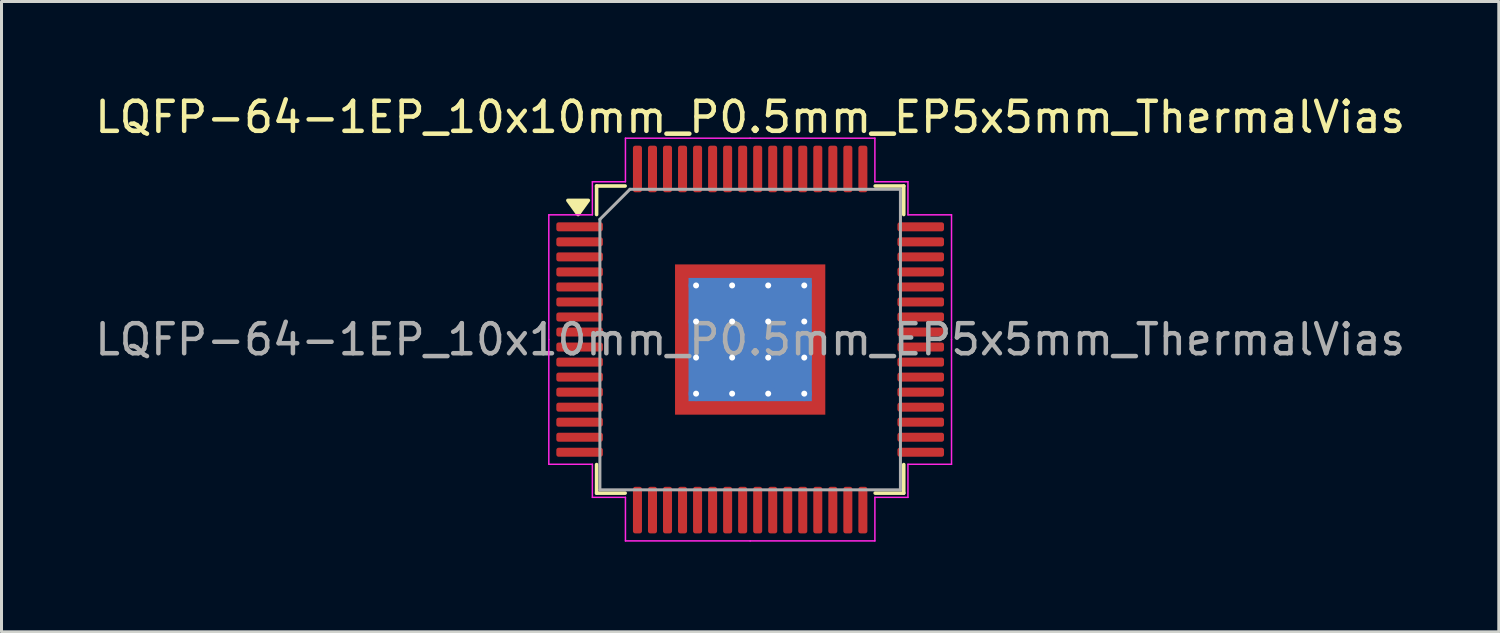
<source format=kicad_pcb>
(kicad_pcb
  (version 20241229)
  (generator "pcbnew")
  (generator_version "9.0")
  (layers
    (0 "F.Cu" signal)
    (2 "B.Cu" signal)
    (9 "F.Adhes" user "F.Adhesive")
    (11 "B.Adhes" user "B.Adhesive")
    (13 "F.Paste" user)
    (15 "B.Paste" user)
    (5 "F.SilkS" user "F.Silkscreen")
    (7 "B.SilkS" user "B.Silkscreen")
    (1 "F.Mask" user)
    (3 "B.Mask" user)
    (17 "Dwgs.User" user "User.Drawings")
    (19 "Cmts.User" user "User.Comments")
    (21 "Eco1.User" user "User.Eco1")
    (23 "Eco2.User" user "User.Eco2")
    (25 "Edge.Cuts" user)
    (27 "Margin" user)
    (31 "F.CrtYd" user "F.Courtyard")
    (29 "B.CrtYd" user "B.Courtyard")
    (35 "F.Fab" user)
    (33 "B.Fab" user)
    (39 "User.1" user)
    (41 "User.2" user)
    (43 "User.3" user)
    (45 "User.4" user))
  (footprint "LQFP-64-1EP_10x10mm_P0.5mm_EP5x5mm_ThermalVias"
    (layer "F.Cu")
    (at 21.911 8.248)
    (property "Reference" "LQFP-64-1EP_10x10mm_P0.5mm_EP5x5mm_ThermalVias" (at 0 -7.4 0) (layer "F.SilkS") (effects (font (size 1 1) (thickness 0.15))))
    (attr smd)
    (fp_line (start -5.11 -5.11) (end -5.11 -4.16) (stroke (width 0.12) (type solid)) (layer "F.SilkS"))
    (fp_line (start -5.11 5.11) (end -5.11 4.16) (stroke (width 0.12) (type solid)) (layer "F.SilkS"))
    (fp_line (start -4.16 -5.11) (end -5.11 -5.11) (stroke (width 0.12) (type solid)) (layer "F.SilkS"))
    (fp_line (start -4.16 5.11) (end -5.11 5.11) (stroke (width 0.12) (type solid)) (layer "F.SilkS"))
    (fp_line (start 4.16 -5.11) (end 5.11 -5.11) (stroke (width 0.12) (type solid)) (layer "F.SilkS"))
    (fp_line (start 4.16 5.11) (end 5.11 5.11) (stroke (width 0.12) (type solid)) (layer "F.SilkS"))
    (fp_line (start 5.11 -5.11) (end 5.11 -4.16) (stroke (width 0.12) (type solid)) (layer "F.SilkS"))
    (fp_line (start 5.11 5.11) (end 5.11 4.16) (stroke (width 0.12) (type solid)) (layer "F.SilkS"))
    (fp_poly (pts (xy -5.725 -4.16) (xy -6.065 -4.63) (xy -5.385 -4.63) (xy -5.725 -4.16)) (stroke (width 0.12) (type solid)) (fill yes) (layer "F.SilkS"))
    (fp_line (start -6.7 -4.15) (end -6.7 0) (stroke (width 0.05) (type solid)) (layer "F.CrtYd"))
    (fp_line (start -6.7 4.15) (end -6.7 0) (stroke (width 0.05) (type solid)) (layer "F.CrtYd"))
    (fp_line (start -5.25 -5.25) (end -5.25 -4.15) (stroke (width 0.05) (type solid)) (layer "F.CrtYd"))
    (fp_line (start -5.25 -4.15) (end -6.7 -4.15) (stroke (width 0.05) (type solid)) (layer "F.CrtYd"))
    (fp_line (start -5.25 4.15) (end -6.7 4.15) (stroke (width 0.05) (type solid)) (layer "F.CrtYd"))
    (fp_line (start -5.25 5.25) (end -5.25 4.15) (stroke (width 0.05) (type solid)) (layer "F.CrtYd"))
    (fp_line (start -4.15 -6.7) (end -4.15 -5.25) (stroke (width 0.05) (type solid)) (layer "F.CrtYd"))
    (fp_line (start -4.15 -5.25) (end -5.25 -5.25) (stroke (width 0.05) (type solid)) (layer "F.CrtYd"))
    (fp_line (start -4.15 5.25) (end -5.25 5.25) (stroke (width 0.05) (type solid)) (layer "F.CrtYd"))
    (fp_line (start -4.15 6.7) (end -4.15 5.25) (stroke (width 0.05) (type solid)) (layer "F.CrtYd"))
    (fp_line (start 0 -6.7) (end -4.15 -6.7) (stroke (width 0.05) (type solid)) (layer "F.CrtYd"))
    (fp_line (start 0 -6.7) (end 4.15 -6.7) (stroke (width 0.05) (type solid)) (layer "F.CrtYd"))
    (fp_line (start 0 6.7) (end -4.15 6.7) (stroke (width 0.05) (type solid)) (layer "F.CrtYd"))
    (fp_line (start 0 6.7) (end 4.15 6.7) (stroke (width 0.05) (type solid)) (layer "F.CrtYd"))
    (fp_line (start 4.15 -6.7) (end 4.15 -5.25) (stroke (width 0.05) (type solid)) (layer "F.CrtYd"))
    (fp_line (start 4.15 -5.25) (end 5.25 -5.25) (stroke (width 0.05) (type solid)) (layer "F.CrtYd"))
    (fp_line (start 4.15 5.25) (end 5.25 5.25) (stroke (width 0.05) (type solid)) (layer "F.CrtYd"))
    (fp_line (start 4.15 6.7) (end 4.15 5.25) (stroke (width 0.05) (type solid)) (layer "F.CrtYd"))
    (fp_line (start 5.25 -5.25) (end 5.25 -4.15) (stroke (width 0.05) (type solid)) (layer "F.CrtYd"))
    (fp_line (start 5.25 -4.15) (end 6.7 -4.15) (stroke (width 0.05) (type solid)) (layer "F.CrtYd"))
    (fp_line (start 5.25 4.15) (end 6.7 4.15) (stroke (width 0.05) (type solid)) (layer "F.CrtYd"))
    (fp_line (start 5.25 5.25) (end 5.25 4.15) (stroke (width 0.05) (type solid)) (layer "F.CrtYd"))
    (fp_line (start 6.7 -4.15) (end 6.7 0) (stroke (width 0.05) (type solid)) (layer "F.CrtYd"))
    (fp_line (start 6.7 4.15) (end 6.7 0) (stroke (width 0.05) (type solid)) (layer "F.CrtYd"))
    (fp_line (start -5 -4) (end -4 -5) (stroke (width 0.1) (type solid)) (layer "F.Fab"))
    (fp_line (start -5 5) (end -5 -4) (stroke (width 0.1) (type solid)) (layer "F.Fab"))
    (fp_line (start -4 -5) (end 5 -5) (stroke (width 0.1) (type solid)) (layer "F.Fab"))
    (fp_line (start 5 -5) (end 5 5) (stroke (width 0.1) (type solid)) (layer "F.Fab"))
    (fp_line (start 5 5) (end -5 5) (stroke (width 0.1) (type solid)) (layer "F.Fab"))
    (fp_text user "${REFERENCE}" (at 0 0 0) (layer "F.Fab") (effects (font (size 1 1) (thickness 0.15))))
    (pad "" smd custom (at -2.15 -2.15) (size 0.46 0.46) (layers "F.Paste") (options (anchor circle)) (primitives (gr_poly (pts (xy -0.178 -0.178) (xy 0.178 -0.178) (xy 0.178 0.092) (xy 0.092 0.178) (xy -0.178 0.178)) (width 0.208) (fill yes))))
    (pad "" smd custom (at -2.15 -1.2) (size 0.495 0.495) (layers "F.Paste") (options (anchor circle)) (primitives (gr_poly (pts (xy -0.212 -0.414) (xy 0.154 -0.414) (xy 0.212 -0.356) (xy 0.212 0.356) (xy 0.154 0.414) (xy -0.212 0.414)) (width 0.14) (fill yes))))
    (pad "" smd custom (at -2.15 0) (size 0.495 0.495) (layers "F.Paste") (options (anchor circle)) (primitives (gr_poly (pts (xy -0.212 -0.414) (xy 0.154 -0.414) (xy 0.212 -0.356) (xy 0.212 0.356) (xy 0.154 0.414) (xy -0.212 0.414)) (width 0.14) (fill yes))))
    (pad "" smd custom (at -2.15 1.2) (size 0.495 0.495) (layers "F.Paste") (options (anchor circle)) (primitives (gr_poly (pts (xy -0.212 -0.414) (xy 0.154 -0.414) (xy 0.212 -0.356) (xy 0.212 0.356) (xy 0.154 0.414) (xy -0.212 0.414)) (width 0.14) (fill yes))))
    (pad "" smd custom (at -2.15 2.15) (size 0.46 0.46) (layers "F.Paste") (options (anchor circle)) (primitives (gr_poly (pts (xy -0.178 -0.178) (xy 0.092 -0.178) (xy 0.178 -0.092) (xy 0.178 0.178) (xy -0.178 0.178)) (width 0.208) (fill yes))))
    (pad "" smd custom (at -1.2 -2.15) (size 0.495 0.495) (layers "F.Paste") (options (anchor circle)) (primitives (gr_poly (pts (xy -0.414 -0.212) (xy 0.414 -0.212) (xy 0.414 0.154) (xy 0.356 0.212) (xy -0.356 0.212) (xy -0.414 0.154)) (width 0.14) (fill yes))))
    (pad "" smd roundrect (at -1.2 -1.2) (size 0.967 0.967) (layers "F.Paste") (roundrect_rratio 0.25))
    (pad "" smd roundrect (at -1.2 0) (size 0.967 0.967) (layers "F.Paste") (roundrect_rratio 0.25))
    (pad "" smd roundrect (at -1.2 1.2) (size 0.967 0.967) (layers "F.Paste") (roundrect_rratio 0.25))
    (pad "" smd custom (at -1.2 2.15) (size 0.495 0.495) (layers "F.Paste") (options (anchor circle)) (primitives (gr_poly (pts (xy -0.414 -0.154) (xy -0.356 -0.212) (xy 0.356 -0.212) (xy 0.414 -0.154) (xy 0.414 0.212) (xy -0.414 0.212)) (width 0.14) (fill yes))))
    (pad "" smd custom (at 0 -2.15) (size 0.495 0.495) (layers "F.Paste") (options (anchor circle)) (primitives (gr_poly (pts (xy -0.414 -0.212) (xy 0.414 -0.212) (xy 0.414 0.154) (xy 0.356 0.212) (xy -0.356 0.212) (xy -0.414 0.154)) (width 0.14) (fill yes))))
    (pad "" smd roundrect (at 0 -1.2) (size 0.967 0.967) (layers "F.Paste") (roundrect_rratio 0.25))
    (pad "" smd roundrect (at 0 0) (size 0.967 0.967) (layers "F.Paste") (roundrect_rratio 0.25))
    (pad "" smd roundrect (at 0 1.2) (size 0.967 0.967) (layers "F.Paste") (roundrect_rratio 0.25))
    (pad "" smd custom (at 0 2.15) (size 0.495 0.495) (layers "F.Paste") (options (anchor circle)) (primitives (gr_poly (pts (xy -0.414 -0.154) (xy -0.356 -0.212) (xy 0.356 -0.212) (xy 0.414 -0.154) (xy 0.414 0.212) (xy -0.414 0.212)) (width 0.14) (fill yes))))
    (pad "" smd custom (at 1.2 -2.15) (size 0.495 0.495) (layers "F.Paste") (options (anchor circle)) (primitives (gr_poly (pts (xy -0.414 -0.212) (xy 0.414 -0.212) (xy 0.414 0.154) (xy 0.356 0.212) (xy -0.356 0.212) (xy -0.414 0.154)) (width 0.14) (fill yes))))
    (pad "" smd roundrect (at 1.2 -1.2) (size 0.967 0.967) (layers "F.Paste") (roundrect_rratio 0.25))
    (pad "" smd roundrect (at 1.2 0) (size 0.967 0.967) (layers "F.Paste") (roundrect_rratio 0.25))
    (pad "" smd roundrect (at 1.2 1.2) (size 0.967 0.967) (layers "F.Paste") (roundrect_rratio 0.25))
    (pad "" smd custom (at 1.2 2.15) (size 0.495 0.495) (layers "F.Paste") (options (anchor circle)) (primitives (gr_poly (pts (xy -0.414 -0.154) (xy -0.356 -0.212) (xy 0.356 -0.212) (xy 0.414 -0.154) (xy 0.414 0.212) (xy -0.414 0.212)) (width 0.14) (fill yes))))
    (pad "" smd custom (at 2.15 -2.15) (size 0.46 0.46) (layers "F.Paste") (options (anchor circle)) (primitives (gr_poly (pts (xy -0.178 -0.178) (xy 0.178 -0.178) (xy 0.178 0.178) (xy -0.092 0.178) (xy -0.178 0.092)) (width 0.208) (fill yes))))
    (pad "" smd custom (at 2.15 -1.2) (size 0.495 0.495) (layers "F.Paste") (options (anchor circle)) (primitives (gr_poly (pts (xy -0.212 -0.356) (xy -0.154 -0.414) (xy 0.212 -0.414) (xy 0.212 0.414) (xy -0.154 0.414) (xy -0.212 0.356)) (width 0.14) (fill yes))))
    (pad "" smd custom (at 2.15 0) (size 0.495 0.495) (layers "F.Paste") (options (anchor circle)) (primitives (gr_poly (pts (xy -0.212 -0.356) (xy -0.154 -0.414) (xy 0.212 -0.414) (xy 0.212 0.414) (xy -0.154 0.414) (xy -0.212 0.356)) (width 0.14) (fill yes))))
    (pad "" smd custom (at 2.15 1.2) (size 0.495 0.495) (layers "F.Paste") (options (anchor circle)) (primitives (gr_poly (pts (xy -0.212 -0.356) (xy -0.154 -0.414) (xy 0.212 -0.414) (xy 0.212 0.414) (xy -0.154 0.414) (xy -0.212 0.356)) (width 0.14) (fill yes))))
    (pad "" smd custom (at 2.15 2.15) (size 0.46 0.46) (layers "F.Paste") (options (anchor circle)) (primitives (gr_poly (pts (xy -0.178 -0.092) (xy -0.092 -0.178) (xy 0.178 -0.178) (xy 0.178 0.178) (xy -0.178 0.178)) (width 0.208) (fill yes))))
    (pad "1" smd roundrect (at -5.675 -3.75) (size 1.55 0.3) (layers "F.Cu" "F.Mask" "F.Paste") (roundrect_rratio 0.25))
    (pad "2" smd roundrect (at -5.675 -3.25) (size 1.55 0.3) (layers "F.Cu" "F.Mask" "F.Paste") (roundrect_rratio 0.25))
    (pad "3" smd roundrect (at -5.675 -2.75) (size 1.55 0.3) (layers "F.Cu" "F.Mask" "F.Paste") (roundrect_rratio 0.25))
    (pad "4" smd roundrect (at -5.675 -2.25) (size 1.55 0.3) (layers "F.Cu" "F.Mask" "F.Paste") (roundrect_rratio 0.25))
    (pad "5" smd roundrect (at -5.675 -1.75) (size 1.55 0.3) (layers "F.Cu" "F.Mask" "F.Paste") (roundrect_rratio 0.25))
    (pad "6" smd roundrect (at -5.675 -1.25) (size 1.55 0.3) (layers "F.Cu" "F.Mask" "F.Paste") (roundrect_rratio 0.25))
    (pad "7" smd roundrect (at -5.675 -0.75) (size 1.55 0.3) (layers "F.Cu" "F.Mask" "F.Paste") (roundrect_rratio 0.25))
    (pad "8" smd roundrect (at -5.675 -0.25) (size 1.55 0.3) (layers "F.Cu" "F.Mask" "F.Paste") (roundrect_rratio 0.25))
    (pad "9" smd roundrect (at -5.675 0.25) (size 1.55 0.3) (layers "F.Cu" "F.Mask" "F.Paste") (roundrect_rratio 0.25))
    (pad "10" smd roundrect (at -5.675 0.75) (size 1.55 0.3) (layers "F.Cu" "F.Mask" "F.Paste") (roundrect_rratio 0.25))
    (pad "11" smd roundrect (at -5.675 1.25) (size 1.55 0.3) (layers "F.Cu" "F.Mask" "F.Paste") (roundrect_rratio 0.25))
    (pad "12" smd roundrect (at -5.675 1.75) (size 1.55 0.3) (layers "F.Cu" "F.Mask" "F.Paste") (roundrect_rratio 0.25))
    (pad "13" smd roundrect (at -5.675 2.25) (size 1.55 0.3) (layers "F.Cu" "F.Mask" "F.Paste") (roundrect_rratio 0.25))
    (pad "14" smd roundrect (at -5.675 2.75) (size 1.55 0.3) (layers "F.Cu" "F.Mask" "F.Paste") (roundrect_rratio 0.25))
    (pad "15" smd roundrect (at -5.675 3.25) (size 1.55 0.3) (layers "F.Cu" "F.Mask" "F.Paste") (roundrect_rratio 0.25))
    (pad "16" smd roundrect (at -5.675 3.75) (size 1.55 0.3) (layers "F.Cu" "F.Mask" "F.Paste") (roundrect_rratio 0.25))
    (pad "17" smd roundrect (at -3.75 5.675) (size 0.3 1.55) (layers "F.Cu" "F.Mask" "F.Paste") (roundrect_rratio 0.25))
    (pad "18" smd roundrect (at -3.25 5.675) (size 0.3 1.55) (layers "F.Cu" "F.Mask" "F.Paste") (roundrect_rratio 0.25))
    (pad "19" smd roundrect (at -2.75 5.675) (size 0.3 1.55) (layers "F.Cu" "F.Mask" "F.Paste") (roundrect_rratio 0.25))
    (pad "20" smd roundrect (at -2.25 5.675) (size 0.3 1.55) (layers "F.Cu" "F.Mask" "F.Paste") (roundrect_rratio 0.25))
    (pad "21" smd roundrect (at -1.75 5.675) (size 0.3 1.55) (layers "F.Cu" "F.Mask" "F.Paste") (roundrect_rratio 0.25))
    (pad "22" smd roundrect (at -1.25 5.675) (size 0.3 1.55) (layers "F.Cu" "F.Mask" "F.Paste") (roundrect_rratio 0.25))
    (pad "23" smd roundrect (at -0.75 5.675) (size 0.3 1.55) (layers "F.Cu" "F.Mask" "F.Paste") (roundrect_rratio 0.25))
    (pad "24" smd roundrect (at -0.25 5.675) (size 0.3 1.55) (layers "F.Cu" "F.Mask" "F.Paste") (roundrect_rratio 0.25))
    (pad "25" smd roundrect (at 0.25 5.675) (size 0.3 1.55) (layers "F.Cu" "F.Mask" "F.Paste") (roundrect_rratio 0.25))
    (pad "26" smd roundrect (at 0.75 5.675) (size 0.3 1.55) (layers "F.Cu" "F.Mask" "F.Paste") (roundrect_rratio 0.25))
    (pad "27" smd roundrect (at 1.25 5.675) (size 0.3 1.55) (layers "F.Cu" "F.Mask" "F.Paste") (roundrect_rratio 0.25))
    (pad "28" smd roundrect (at 1.75 5.675) (size 0.3 1.55) (layers "F.Cu" "F.Mask" "F.Paste") (roundrect_rratio 0.25))
    (pad "29" smd roundrect (at 2.25 5.675) (size 0.3 1.55) (layers "F.Cu" "F.Mask" "F.Paste") (roundrect_rratio 0.25))
    (pad "30" smd roundrect (at 2.75 5.675) (size 0.3 1.55) (layers "F.Cu" "F.Mask" "F.Paste") (roundrect_rratio 0.25))
    (pad "31" smd roundrect (at 3.25 5.675) (size 0.3 1.55) (layers "F.Cu" "F.Mask" "F.Paste") (roundrect_rratio 0.25))
    (pad "32" smd roundrect (at 3.75 5.675) (size 0.3 1.55) (layers "F.Cu" "F.Mask" "F.Paste") (roundrect_rratio 0.25))
    (pad "33" smd roundrect (at 5.675 3.75) (size 1.55 0.3) (layers "F.Cu" "F.Mask" "F.Paste") (roundrect_rratio 0.25))
    (pad "34" smd roundrect (at 5.675 3.25) (size 1.55 0.3) (layers "F.Cu" "F.Mask" "F.Paste") (roundrect_rratio 0.25))
    (pad "35" smd roundrect (at 5.675 2.75) (size 1.55 0.3) (layers "F.Cu" "F.Mask" "F.Paste") (roundrect_rratio 0.25))
    (pad "36" smd roundrect (at 5.675 2.25) (size 1.55 0.3) (layers "F.Cu" "F.Mask" "F.Paste") (roundrect_rratio 0.25))
    (pad "37" smd roundrect (at 5.675 1.75) (size 1.55 0.3) (layers "F.Cu" "F.Mask" "F.Paste") (roundrect_rratio 0.25))
    (pad "38" smd roundrect (at 5.675 1.25) (size 1.55 0.3) (layers "F.Cu" "F.Mask" "F.Paste") (roundrect_rratio 0.25))
    (pad "39" smd roundrect (at 5.675 0.75) (size 1.55 0.3) (layers "F.Cu" "F.Mask" "F.Paste") (roundrect_rratio 0.25))
    (pad "40" smd roundrect (at 5.675 0.25) (size 1.55 0.3) (layers "F.Cu" "F.Mask" "F.Paste") (roundrect_rratio 0.25))
    (pad "41" smd roundrect (at 5.675 -0.25) (size 1.55 0.3) (layers "F.Cu" "F.Mask" "F.Paste") (roundrect_rratio 0.25))
    (pad "42" smd roundrect (at 5.675 -0.75) (size 1.55 0.3) (layers "F.Cu" "F.Mask" "F.Paste") (roundrect_rratio 0.25))
    (pad "43" smd roundrect (at 5.675 -1.25) (size 1.55 0.3) (layers "F.Cu" "F.Mask" "F.Paste") (roundrect_rratio 0.25))
    (pad "44" smd roundrect (at 5.675 -1.75) (size 1.55 0.3) (layers "F.Cu" "F.Mask" "F.Paste") (roundrect_rratio 0.25))
    (pad "45" smd roundrect (at 5.675 -2.25) (size 1.55 0.3) (layers "F.Cu" "F.Mask" "F.Paste") (roundrect_rratio 0.25))
    (pad "46" smd roundrect (at 5.675 -2.75) (size 1.55 0.3) (layers "F.Cu" "F.Mask" "F.Paste") (roundrect_rratio 0.25))
    (pad "47" smd roundrect (at 5.675 -3.25) (size 1.55 0.3) (layers "F.Cu" "F.Mask" "F.Paste") (roundrect_rratio 0.25))
    (pad "48" smd roundrect (at 5.675 -3.75) (size 1.55 0.3) (layers "F.Cu" "F.Mask" "F.Paste") (roundrect_rratio 0.25))
    (pad "49" smd roundrect (at 3.75 -5.675) (size 0.3 1.55) (layers "F.Cu" "F.Mask" "F.Paste") (roundrect_rratio 0.25))
    (pad "50" smd roundrect (at 3.25 -5.675) (size 0.3 1.55) (layers "F.Cu" "F.Mask" "F.Paste") (roundrect_rratio 0.25))
    (pad "51" smd roundrect (at 2.75 -5.675) (size 0.3 1.55) (layers "F.Cu" "F.Mask" "F.Paste") (roundrect_rratio 0.25))
    (pad "52" smd roundrect (at 2.25 -5.675) (size 0.3 1.55) (layers "F.Cu" "F.Mask" "F.Paste") (roundrect_rratio 0.25))
    (pad "53" smd roundrect (at 1.75 -5.675) (size 0.3 1.55) (layers "F.Cu" "F.Mask" "F.Paste") (roundrect_rratio 0.25))
    (pad "54" smd roundrect (at 1.25 -5.675) (size 0.3 1.55) (layers "F.Cu" "F.Mask" "F.Paste") (roundrect_rratio 0.25))
    (pad "55" smd roundrect (at 0.75 -5.675) (size 0.3 1.55) (layers "F.Cu" "F.Mask" "F.Paste") (roundrect_rratio 0.25))
    (pad "56" smd roundrect (at 0.25 -5.675) (size 0.3 1.55) (layers "F.Cu" "F.Mask" "F.Paste") (roundrect_rratio 0.25))
    (pad "57" smd roundrect (at -0.25 -5.675) (size 0.3 1.55) (layers "F.Cu" "F.Mask" "F.Paste") (roundrect_rratio 0.25))
    (pad "58" smd roundrect (at -0.75 -5.675) (size 0.3 1.55) (layers "F.Cu" "F.Mask" "F.Paste") (roundrect_rratio 0.25))
    (pad "59" smd roundrect (at -1.25 -5.675) (size 0.3 1.55) (layers "F.Cu" "F.Mask" "F.Paste") (roundrect_rratio 0.25))
    (pad "60" smd roundrect (at -1.75 -5.675) (size 0.3 1.55) (layers "F.Cu" "F.Mask" "F.Paste") (roundrect_rratio 0.25))
    (pad "61" smd roundrect (at -2.25 -5.675) (size 0.3 1.55) (layers "F.Cu" "F.Mask" "F.Paste") (roundrect_rratio 0.25))
    (pad "62" smd roundrect (at -2.75 -5.675) (size 0.3 1.55) (layers "F.Cu" "F.Mask" "F.Paste") (roundrect_rratio 0.25))
    (pad "63" smd roundrect (at -3.25 -5.675) (size 0.3 1.55) (layers "F.Cu" "F.Mask" "F.Paste") (roundrect_rratio 0.25))
    (pad "64" smd roundrect (at -3.75 -5.675) (size 0.3 1.55) (layers "F.Cu" "F.Mask" "F.Paste") (roundrect_rratio 0.25))
    (pad "65" thru_hole circle (at -1.8 -1.8) (size 0.5 0.5) (drill 0.2) (property pad_prop_heatsink) (layers "*.Cu"))
    (pad "65" thru_hole circle (at -1.8 -0.6) (size 0.5 0.5) (drill 0.2) (property pad_prop_heatsink) (layers "*.Cu"))
    (pad "65" thru_hole circle (at -1.8 0.6) (size 0.5 0.5) (drill 0.2) (property pad_prop_heatsink) (layers "*.Cu"))
    (pad "65" thru_hole circle (at -1.8 1.8) (size 0.5 0.5) (drill 0.2) (property pad_prop_heatsink) (layers "*.Cu"))
    (pad "65" thru_hole circle (at -0.6 -1.8) (size 0.5 0.5) (drill 0.2) (property pad_prop_heatsink) (layers "*.Cu"))
    (pad "65" thru_hole circle (at -0.6 -0.6) (size 0.5 0.5) (drill 0.2) (property pad_prop_heatsink) (layers "*.Cu"))
    (pad "65" thru_hole circle (at -0.6 0.6) (size 0.5 0.5) (drill 0.2) (property pad_prop_heatsink) (layers "*.Cu"))
    (pad "65" thru_hole circle (at -0.6 1.8) (size 0.5 0.5) (drill 0.2) (property pad_prop_heatsink) (layers "*.Cu"))
    (pad "65" smd rect (at 0 0) (size 4.1 4.1) (property pad_prop_heatsink) (layers "B.Cu"))
    (pad "65" smd rect (at 0 0) (size 5 5) (property pad_prop_heatsink) (layers "F.Cu" "F.Mask"))
    (pad "65" thru_hole circle (at 0.6 -1.8) (size 0.5 0.5) (drill 0.2) (property pad_prop_heatsink) (layers "*.Cu"))
    (pad "65" thru_hole circle (at 0.6 -0.6) (size 0.5 0.5) (drill 0.2) (property pad_prop_heatsink) (layers "*.Cu"))
    (pad "65" thru_hole circle (at 0.6 0.6) (size 0.5 0.5) (drill 0.2) (property pad_prop_heatsink) (layers "*.Cu"))
    (pad "65" thru_hole circle (at 0.6 1.8) (size 0.5 0.5) (drill 0.2) (property pad_prop_heatsink) (layers "*.Cu"))
    (pad "65" thru_hole circle (at 1.8 -1.8) (size 0.5 0.5) (drill 0.2) (property pad_prop_heatsink) (layers "*.Cu"))
    (pad "65" thru_hole circle (at 1.8 -0.6) (size 0.5 0.5) (drill 0.2) (property pad_prop_heatsink) (layers "*.Cu"))
    (pad "65" thru_hole circle (at 1.8 0.6) (size 0.5 0.5) (drill 0.2) (property pad_prop_heatsink) (layers "*.Cu"))
    (pad "65" thru_hole circle (at 1.8 1.8) (size 0.5 0.5) (drill 0.2) (property pad_prop_heatsink) (layers "*.Cu")))
  (gr_rect
    (start -3 -3)
    (end 46.821 17.973)
    (stroke (width 0.1) (type default))
    (fill no)
    (layer "Edge.Cuts")))
</source>
